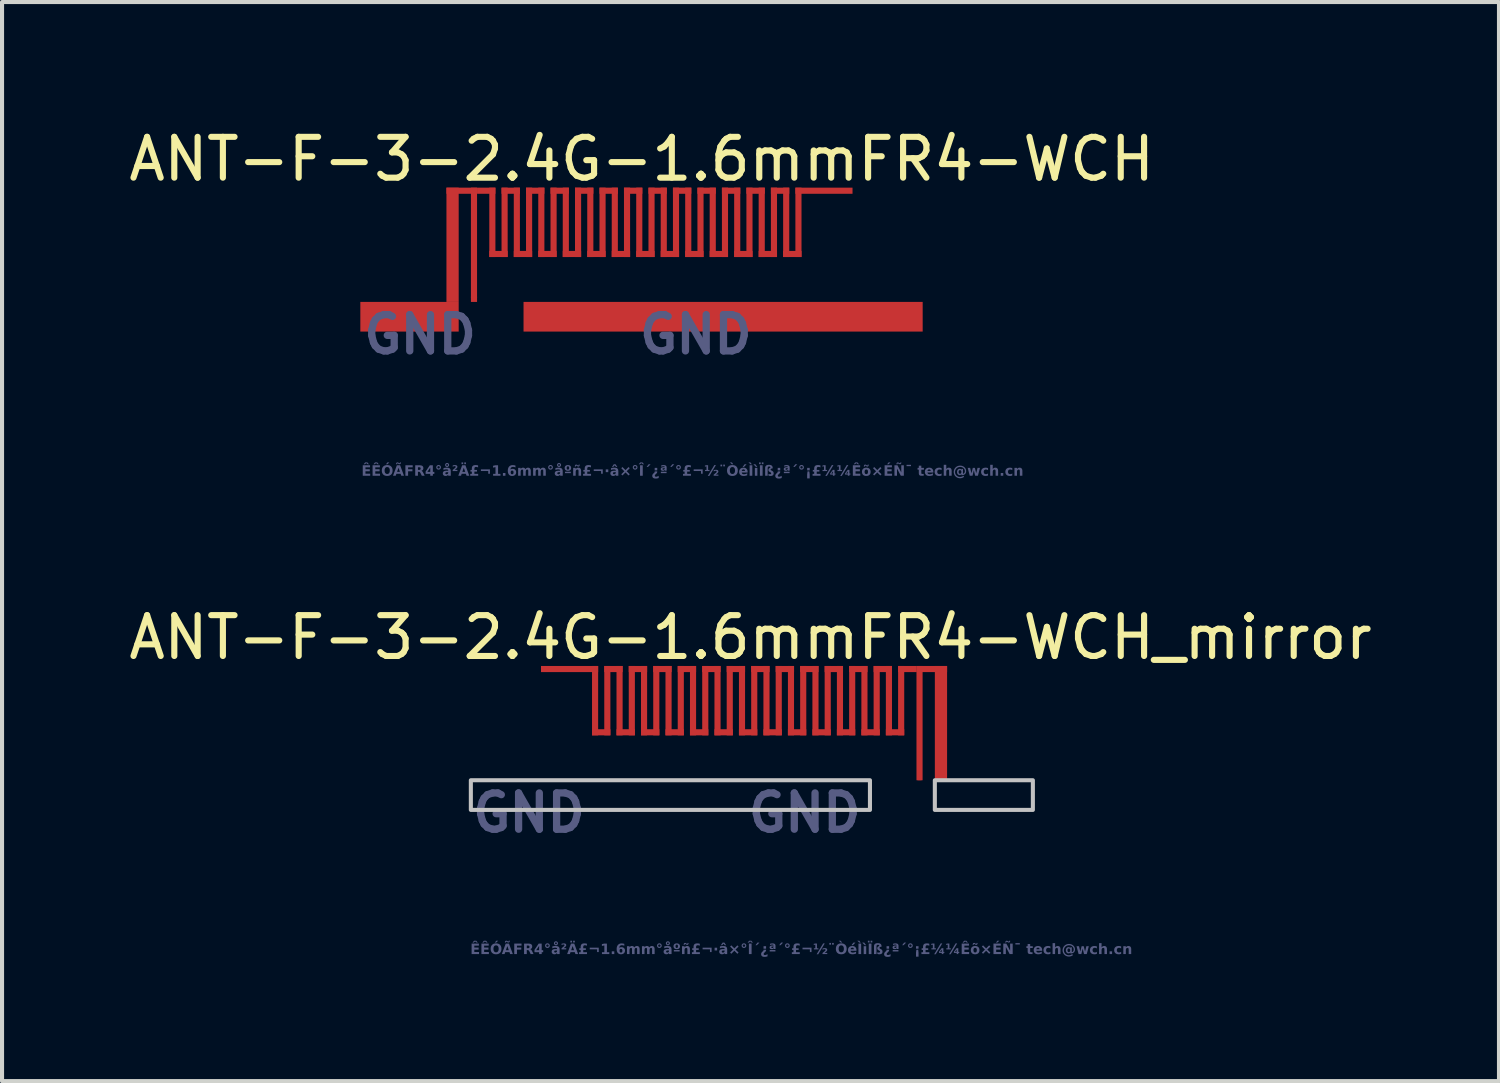
<source format=kicad_pcb>
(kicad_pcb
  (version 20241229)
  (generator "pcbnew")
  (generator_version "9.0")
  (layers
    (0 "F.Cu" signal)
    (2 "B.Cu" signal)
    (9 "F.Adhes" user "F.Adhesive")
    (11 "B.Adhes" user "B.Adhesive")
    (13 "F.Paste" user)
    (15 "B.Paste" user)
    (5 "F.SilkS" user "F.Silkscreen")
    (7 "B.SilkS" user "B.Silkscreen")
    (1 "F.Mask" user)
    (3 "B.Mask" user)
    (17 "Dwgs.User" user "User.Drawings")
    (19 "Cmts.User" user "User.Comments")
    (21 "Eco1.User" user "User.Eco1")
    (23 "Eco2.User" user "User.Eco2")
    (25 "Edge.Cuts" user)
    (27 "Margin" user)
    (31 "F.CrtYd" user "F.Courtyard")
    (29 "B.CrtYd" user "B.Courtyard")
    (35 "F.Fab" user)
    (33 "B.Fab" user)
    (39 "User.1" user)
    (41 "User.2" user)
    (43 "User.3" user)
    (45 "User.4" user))
  (footprint "ANT-F-3-2.4G-1.6mmFR4-WCH_mirror"
    (layer "F.Cu")
    (at 11.231 16.018)
    (property "Reference" "ANT-F-3-2.4G-1.6mmFR4-WCH_mirror" (at 4.109 -3.45 0) (layer "F.SilkS") (effects (font (size 1 1) (thickness 0.15))))
    (fp_rect (start 0.375 -2.6) (end -1.025 -2.75) (stroke (width 0) (type default)) (fill yes) (layer "F.Cu"))
    (fp_rect (start 0.375 -1.05) (end 0.225 -2.75) (stroke (width 0) (type default)) (fill yes) (layer "F.Cu"))
    (fp_rect (start 0.675 -1.05) (end 0.225 -1.2) (stroke (width 0) (type default)) (fill yes) (layer "F.Cu"))
    (fp_rect (start 0.675 -1.05) (end 0.525 -2.75) (stroke (width 0) (type default)) (fill yes) (layer "F.Cu"))
    (fp_rect (start 0.975 -2.6) (end 0.525 -2.75) (stroke (width 0) (type default)) (fill yes) (layer "F.Cu"))
    (fp_rect (start 0.975 -1.05) (end 0.825 -2.75) (stroke (width 0) (type default)) (fill yes) (layer "F.Cu"))
    (fp_rect (start 1.275 -1.05) (end 0.825 -1.2) (stroke (width 0) (type default)) (fill yes) (layer "F.Cu"))
    (fp_rect (start 1.275 -1.05) (end 1.125 -2.75) (stroke (width 0) (type default)) (fill yes) (layer "F.Cu"))
    (fp_rect (start 1.575 -2.6) (end 1.125 -2.75) (stroke (width 0) (type default)) (fill yes) (layer "F.Cu"))
    (fp_rect (start 1.575 -1.05) (end 1.425 -2.75) (stroke (width 0) (type default)) (fill yes) (layer "F.Cu"))
    (fp_rect (start 1.875 -1.05) (end 1.425 -1.2) (stroke (width 0) (type default)) (fill yes) (layer "F.Cu"))
    (fp_rect (start 1.875 -1.05) (end 1.725 -2.75) (stroke (width 0) (type default)) (fill yes) (layer "F.Cu"))
    (fp_rect (start 2.175 -2.6) (end 1.725 -2.75) (stroke (width 0) (type default)) (fill yes) (layer "F.Cu"))
    (fp_rect (start 2.175 -1.05) (end 2.025 -2.75) (stroke (width 0) (type default)) (fill yes) (layer "F.Cu"))
    (fp_rect (start 2.475 -1.05) (end 2.025 -1.2) (stroke (width 0) (type default)) (fill yes) (layer "F.Cu"))
    (fp_rect (start 2.475 -1.05) (end 2.325 -2.75) (stroke (width 0) (type default)) (fill yes) (layer "F.Cu"))
    (fp_rect (start 2.775 -2.6) (end 2.325 -2.75) (stroke (width 0) (type default)) (fill yes) (layer "F.Cu"))
    (fp_rect (start 2.775 -1.05) (end 2.625 -2.75) (stroke (width 0) (type default)) (fill yes) (layer "F.Cu"))
    (fp_rect (start 3.075 -1.05) (end 2.625 -1.2) (stroke (width 0) (type default)) (fill yes) (layer "F.Cu"))
    (fp_rect (start 3.075 -1.05) (end 2.925 -2.75) (stroke (width 0) (type default)) (fill yes) (layer "F.Cu"))
    (fp_rect (start 3.375 -2.6) (end 2.925 -2.75) (stroke (width 0) (type default)) (fill yes) (layer "F.Cu"))
    (fp_rect (start 3.375 -1.05) (end 3.225 -2.75) (stroke (width 0) (type default)) (fill yes) (layer "F.Cu"))
    (fp_rect (start 3.675 -1.05) (end 3.225 -1.2) (stroke (width 0) (type default)) (fill yes) (layer "F.Cu"))
    (fp_rect (start 3.675 -1.05) (end 3.525 -2.75) (stroke (width 0) (type default)) (fill yes) (layer "F.Cu"))
    (fp_rect (start 3.975 -2.6) (end 3.525 -2.75) (stroke (width 0) (type default)) (fill yes) (layer "F.Cu"))
    (fp_rect (start 3.975 -1.05) (end 3.825 -2.75) (stroke (width 0) (type default)) (fill yes) (layer "F.Cu"))
    (fp_rect (start 4.275 -1.05) (end 3.825 -1.2) (stroke (width 0) (type default)) (fill yes) (layer "F.Cu"))
    (fp_rect (start 4.275 -1.05) (end 4.125 -2.75) (stroke (width 0) (type default)) (fill yes) (layer "F.Cu"))
    (fp_rect (start 4.575 -2.6) (end 4.125 -2.75) (stroke (width 0) (type default)) (fill yes) (layer "F.Cu"))
    (fp_rect (start 4.575 -1.05) (end 4.425 -2.75) (stroke (width 0) (type default)) (fill yes) (layer "F.Cu"))
    (fp_rect (start 4.875 -1.05) (end 4.425 -1.2) (stroke (width 0) (type default)) (fill yes) (layer "F.Cu"))
    (fp_rect (start 4.875 -1.05) (end 4.725 -2.75) (stroke (width 0) (type default)) (fill yes) (layer "F.Cu"))
    (fp_rect (start 5.175 -2.6) (end 4.725 -2.75) (stroke (width 0) (type default)) (fill yes) (layer "F.Cu"))
    (fp_rect (start 5.175 -1.05) (end 5.025 -2.75) (stroke (width 0) (type default)) (fill yes) (layer "F.Cu"))
    (fp_rect (start 5.475 -1.05) (end 5.025 -1.2) (stroke (width 0) (type default)) (fill yes) (layer "F.Cu"))
    (fp_rect (start 5.475 -1.05) (end 5.325 -2.75) (stroke (width 0) (type default)) (fill yes) (layer "F.Cu"))
    (fp_rect (start 5.775 -2.6) (end 5.325 -2.75) (stroke (width 0) (type default)) (fill yes) (layer "F.Cu"))
    (fp_rect (start 5.775 -1.05) (end 5.625 -2.75) (stroke (width 0) (type default)) (fill yes) (layer "F.Cu"))
    (fp_rect (start 6.075 -1.05) (end 5.625 -1.2) (stroke (width 0) (type default)) (fill yes) (layer "F.Cu"))
    (fp_rect (start 6.075 -1.05) (end 5.925 -2.75) (stroke (width 0) (type default)) (fill yes) (layer "F.Cu"))
    (fp_rect (start 6.375 -2.6) (end 5.925 -2.75) (stroke (width 0) (type default)) (fill yes) (layer "F.Cu"))
    (fp_rect (start 6.375 -1.05) (end 6.225 -2.75) (stroke (width 0) (type default)) (fill yes) (layer "F.Cu"))
    (fp_rect (start 6.675 -1.05) (end 6.225 -1.2) (stroke (width 0) (type default)) (fill yes) (layer "F.Cu"))
    (fp_rect (start 6.675 -1.05) (end 6.525 -2.75) (stroke (width 0) (type default)) (fill yes) (layer "F.Cu"))
    (fp_rect (start 6.975 -2.6) (end 6.525 -2.75) (stroke (width 0) (type default)) (fill yes) (layer "F.Cu"))
    (fp_rect (start 6.975 -1.05) (end 6.825 -2.75) (stroke (width 0) (type default)) (fill yes) (layer "F.Cu"))
    (fp_rect (start 7.275 -1.05) (end 6.825 -1.2) (stroke (width 0) (type default)) (fill yes) (layer "F.Cu"))
    (fp_rect (start 7.275 -1.05) (end 7.125 -2.75) (stroke (width 0) (type default)) (fill yes) (layer "F.Cu"))
    (fp_rect (start 7.575 -2.6) (end 7.125 -2.75) (stroke (width 0) (type default)) (fill yes) (layer "F.Cu"))
    (fp_rect (start 7.575 -1.05) (end 7.425 -2.75) (stroke (width 0) (type default)) (fill yes) (layer "F.Cu"))
    (fp_rect (start 7.875 -1.05) (end 7.425 -1.2) (stroke (width 0) (type default)) (fill yes) (layer "F.Cu"))
    (fp_rect (start 7.875 -1.05) (end 7.725 -2.75) (stroke (width 0) (type default)) (fill yes) (layer "F.Cu"))
    (fp_rect (start 8.175 -2.6) (end 8.925 -2.75) (stroke (width 0) (type default)) (fill yes) (layer "F.Cu"))
    (fp_rect (start 8.175 -2.6) (end 7.725 -2.75) (stroke (width 0) (type default)) (fill yes) (layer "F.Cu"))
    (fp_rect (start 8.325 0.05) (end 8.175 -2.75) (stroke (width 0) (type default)) (fill yes) (layer "F.Cu"))
    (fp_rect (start 8.925 0.05) (end 8.625 -2.75) (stroke (width 0) (type default)) (fill yes) (layer "F.Cu"))
    (fp_rect (start 7.035 0.777) (end -2.744 0.05) (stroke (width 0.1) (type default)) (fill no) (layer "Dwgs.User"))
    (fp_rect (start 11.027 0.777) (end 8.625 0.05) (stroke (width 0.1) (type default)) (fill no) (layer "Dwgs.User"))
    (fp_text user "ÊÊÓÃFR4°å²Ä£¬1.6mm°åºñ£¬·â×°Î´¿ª´°£¬½¨ÒéÌìÏß¿ª´°¡£¼¼Êõ×ÉÑ¯ tech@wch.cn" (at -2.758 4.352 0) (unlocked yes) (layer "B.Fab") (effects (font (face "Arial") (size 0.252 0.252) (thickness 0.152) (bold yes)) (justify left bottom)))
    (fp_text user "GND" (at -2.792 1.368 360) (unlocked yes) (layer "B.Fab") (effects (font (size 0.889 0.889) (thickness 0.178)) (justify left bottom)))
    (fp_text user "GND" (at 3.964 1.368 360) (unlocked yes) (layer "B.Fab") (effects (font (size 0.889 0.889) (thickness 0.178)) (justify left bottom)))
    (pad "1" smd rect (at 8.25 0) (size 0.1 0.1) (layers "F.Cu" "F.Paste"))
    (pad "2" smd rect (at 8.775 0) (size 0.1 0.1) (layers "F.Cu" "F.Paste")))
  (footprint "ANT-F-3-2.4G-1.6mmFR4-WCH"
    (layer "F.Cu")
    (at 8.564 4.298)
    (property "Reference" "ANT-F-3-2.4G-1.6mmFR4-WCH" (at 4.109 -3.45 0) (layer "F.SilkS") (effects (font (size 1 1) (thickness 0.15))))
    (fp_rect (start -0.675 0.05) (end -0.375 -2.75) (stroke (width 0) (type default)) (fill yes) (layer "F.Cu"))
    (fp_rect (start -0.075 -0.05) (end 0.075 -2.75) (stroke (width 0) (type default)) (fill yes) (layer "F.Cu"))
    (fp_rect (start 0.075 -2.6) (end 0.525 -2.75) (stroke (width 0) (type default)) (fill yes) (layer "F.Cu"))
    (fp_rect (start 0.075 -2.6) (end -0.675 -2.75) (stroke (width 0) (type default)) (fill yes) (layer "F.Cu"))
    (fp_rect (start 0.375 -1.05) (end 0.525 -2.75) (stroke (width 0) (type default)) (fill yes) (layer "F.Cu"))
    (fp_rect (start 0.375 -1.05) (end 0.825 -1.2) (stroke (width 0) (type default)) (fill yes) (layer "F.Cu"))
    (fp_rect (start 0.675 -2.6) (end 1.125 -2.75) (stroke (width 0) (type default)) (fill yes) (layer "F.Cu"))
    (fp_rect (start 0.675 -1.05) (end 0.825 -2.75) (stroke (width 0) (type default)) (fill yes) (layer "F.Cu"))
    (fp_rect (start 0.975 -1.05) (end 1.125 -2.75) (stroke (width 0) (type default)) (fill yes) (layer "F.Cu"))
    (fp_rect (start 0.975 -1.05) (end 1.425 -1.2) (stroke (width 0) (type default)) (fill yes) (layer "F.Cu"))
    (fp_rect (start 1.275 -2.6) (end 1.725 -2.75) (stroke (width 0) (type default)) (fill yes) (layer "F.Cu"))
    (fp_rect (start 1.275 -1.05) (end 1.425 -2.75) (stroke (width 0) (type default)) (fill yes) (layer "F.Cu"))
    (fp_rect (start 1.575 -1.05) (end 1.725 -2.75) (stroke (width 0) (type default)) (fill yes) (layer "F.Cu"))
    (fp_rect (start 1.575 -1.05) (end 2.025 -1.2) (stroke (width 0) (type default)) (fill yes) (layer "F.Cu"))
    (fp_rect (start 1.875 -1.05) (end 2.025 -2.75) (stroke (width 0) (type default)) (fill yes) (layer "F.Cu"))
    (fp_rect (start 1.875 -2.6) (end 2.325 -2.75) (stroke (width 0) (type default)) (fill yes) (layer "F.Cu"))
    (fp_rect (start 2.175 -1.05) (end 2.325 -2.75) (stroke (width 0) (type default)) (fill yes) (layer "F.Cu"))
    (fp_rect (start 2.175 -1.05) (end 2.625 -1.2) (stroke (width 0) (type default)) (fill yes) (layer "F.Cu"))
    (fp_rect (start 2.475 -1.05) (end 2.625 -2.75) (stroke (width 0) (type default)) (fill yes) (layer "F.Cu"))
    (fp_rect (start 2.475 -2.6) (end 2.925 -2.75) (stroke (width 0) (type default)) (fill yes) (layer "F.Cu"))
    (fp_rect (start 2.775 -1.05) (end 2.925 -2.75) (stroke (width 0) (type default)) (fill yes) (layer "F.Cu"))
    (fp_rect (start 2.775 -1.05) (end 3.225 -1.2) (stroke (width 0) (type default)) (fill yes) (layer "F.Cu"))
    (fp_rect (start 3.075 -2.6) (end 3.525 -2.75) (stroke (width 0) (type default)) (fill yes) (layer "F.Cu"))
    (fp_rect (start 3.075 -1.05) (end 3.225 -2.75) (stroke (width 0) (type default)) (fill yes) (layer "F.Cu"))
    (fp_rect (start 3.375 -1.05) (end 3.525 -2.75) (stroke (width 0) (type default)) (fill yes) (layer "F.Cu"))
    (fp_rect (start 3.375 -1.05) (end 3.825 -1.2) (stroke (width 0) (type default)) (fill yes) (layer "F.Cu"))
    (fp_rect (start 3.675 -2.6) (end 4.125 -2.75) (stroke (width 0) (type default)) (fill yes) (layer "F.Cu"))
    (fp_rect (start 3.675 -1.05) (end 3.825 -2.75) (stroke (width 0) (type default)) (fill yes) (layer "F.Cu"))
    (fp_rect (start 3.975 -1.05) (end 4.125 -2.75) (stroke (width 0) (type default)) (fill yes) (layer "F.Cu"))
    (fp_rect (start 3.975 -1.05) (end 4.425 -1.2) (stroke (width 0) (type default)) (fill yes) (layer "F.Cu"))
    (fp_rect (start 4.275 -2.6) (end 4.725 -2.75) (stroke (width 0) (type default)) (fill yes) (layer "F.Cu"))
    (fp_rect (start 4.275 -1.05) (end 4.425 -2.75) (stroke (width 0) (type default)) (fill yes) (layer "F.Cu"))
    (fp_rect (start 4.575 -1.05) (end 4.725 -2.75) (stroke (width 0) (type default)) (fill yes) (layer "F.Cu"))
    (fp_rect (start 4.575 -1.05) (end 5.025 -1.2) (stroke (width 0) (type default)) (fill yes) (layer "F.Cu"))
    (fp_rect (start 4.875 -2.6) (end 5.325 -2.75) (stroke (width 0) (type default)) (fill yes) (layer "F.Cu"))
    (fp_rect (start 4.875 -1.05) (end 5.025 -2.75) (stroke (width 0) (type default)) (fill yes) (layer "F.Cu"))
    (fp_rect (start 5.175 -1.05) (end 5.325 -2.75) (stroke (width 0) (type default)) (fill yes) (layer "F.Cu"))
    (fp_rect (start 5.175 -1.05) (end 5.625 -1.2) (stroke (width 0) (type default)) (fill yes) (layer "F.Cu"))
    (fp_rect (start 5.475 -1.05) (end 5.625 -2.75) (stroke (width 0) (type default)) (fill yes) (layer "F.Cu"))
    (fp_rect (start 5.475 -2.6) (end 5.925 -2.75) (stroke (width 0) (type default)) (fill yes) (layer "F.Cu"))
    (fp_rect (start 5.775 -1.05) (end 5.925 -2.75) (stroke (width 0) (type default)) (fill yes) (layer "F.Cu"))
    (fp_rect (start 5.775 -1.05) (end 6.225 -1.2) (stroke (width 0) (type default)) (fill yes) (layer "F.Cu"))
    (fp_rect (start 6.075 -1.05) (end 6.225 -2.75) (stroke (width 0) (type default)) (fill yes) (layer "F.Cu"))
    (fp_rect (start 6.075 -2.6) (end 6.525 -2.75) (stroke (width 0) (type default)) (fill yes) (layer "F.Cu"))
    (fp_rect (start 6.375 -1.05) (end 6.525 -2.75) (stroke (width 0) (type default)) (fill yes) (layer "F.Cu"))
    (fp_rect (start 6.375 -1.05) (end 6.825 -1.2) (stroke (width 0) (type default)) (fill yes) (layer "F.Cu"))
    (fp_rect (start 6.675 -1.05) (end 6.825 -2.75) (stroke (width 0) (type default)) (fill yes) (layer "F.Cu"))
    (fp_rect (start 6.675 -2.6) (end 7.125 -2.75) (stroke (width 0) (type default)) (fill yes) (layer "F.Cu"))
    (fp_rect (start 6.975 -1.05) (end 7.125 -2.75) (stroke (width 0) (type default)) (fill yes) (layer "F.Cu"))
    (fp_rect (start 6.975 -1.05) (end 7.425 -1.2) (stroke (width 0) (type default)) (fill yes) (layer "F.Cu"))
    (fp_rect (start 7.275 -1.05) (end 7.425 -2.75) (stroke (width 0) (type default)) (fill yes) (layer "F.Cu"))
    (fp_rect (start 7.275 -2.6) (end 7.725 -2.75) (stroke (width 0) (type default)) (fill yes) (layer "F.Cu"))
    (fp_rect (start 7.575 -1.05) (end 7.725 -2.75) (stroke (width 0) (type default)) (fill yes) (layer "F.Cu"))
    (fp_rect (start 7.575 -1.05) (end 8.025 -1.2) (stroke (width 0) (type default)) (fill yes) (layer "F.Cu"))
    (fp_rect (start 7.875 -2.6) (end 9.275 -2.75) (stroke (width 0) (type default)) (fill yes) (layer "F.Cu"))
    (fp_rect (start 7.875 -1.05) (end 8.025 -2.75) (stroke (width 0) (type default)) (fill yes) (layer "F.Cu"))
    (fp_text user "GND" (at -2.792 1.368 360) (unlocked yes) (layer "B.Fab") (effects (font (size 0.889 0.889) (thickness 0.178)) (justify left bottom)))
    (fp_text user "GND" (at 3.964 1.368 360) (unlocked yes) (layer "B.Fab") (effects (font (size 0.889 0.889) (thickness 0.178)) (justify left bottom)))
    (fp_text user "ÊÊÓÃFR4°å²Ä£¬1.6mm°åºñ£¬·â×°Î´¿ª´°£¬½¨ÒéÌìÏß¿ª´°¡£¼¼Êõ×ÉÑ¯ tech@wch.cn" (at -2.758 4.352 0) (unlocked yes) (layer "B.Fab") (effects (font (face "Arial") (size 0.252 0.252) (thickness 0.152) (bold yes)) (justify left bottom)))
    (pad "1" smd rect (at 0 -0.015) (size 0.15 0.13) (layers "F.Cu" "F.Paste"))
    (pad "2" smd rect (at -1.58 0.413) (size 2.41 0.727) (layers "F.Cu" "F.Paste"))
    (pad "2" smd rect (at 6.104 0.413) (size 9.78 0.727) (layers "F.Cu" "F.Paste")))
  (gr_rect
    (start -3 -3)
    (end 33.679 23.44)
    (stroke (width 0.1) (type default))
    (fill no)
    (layer "Edge.Cuts")))
</source>
